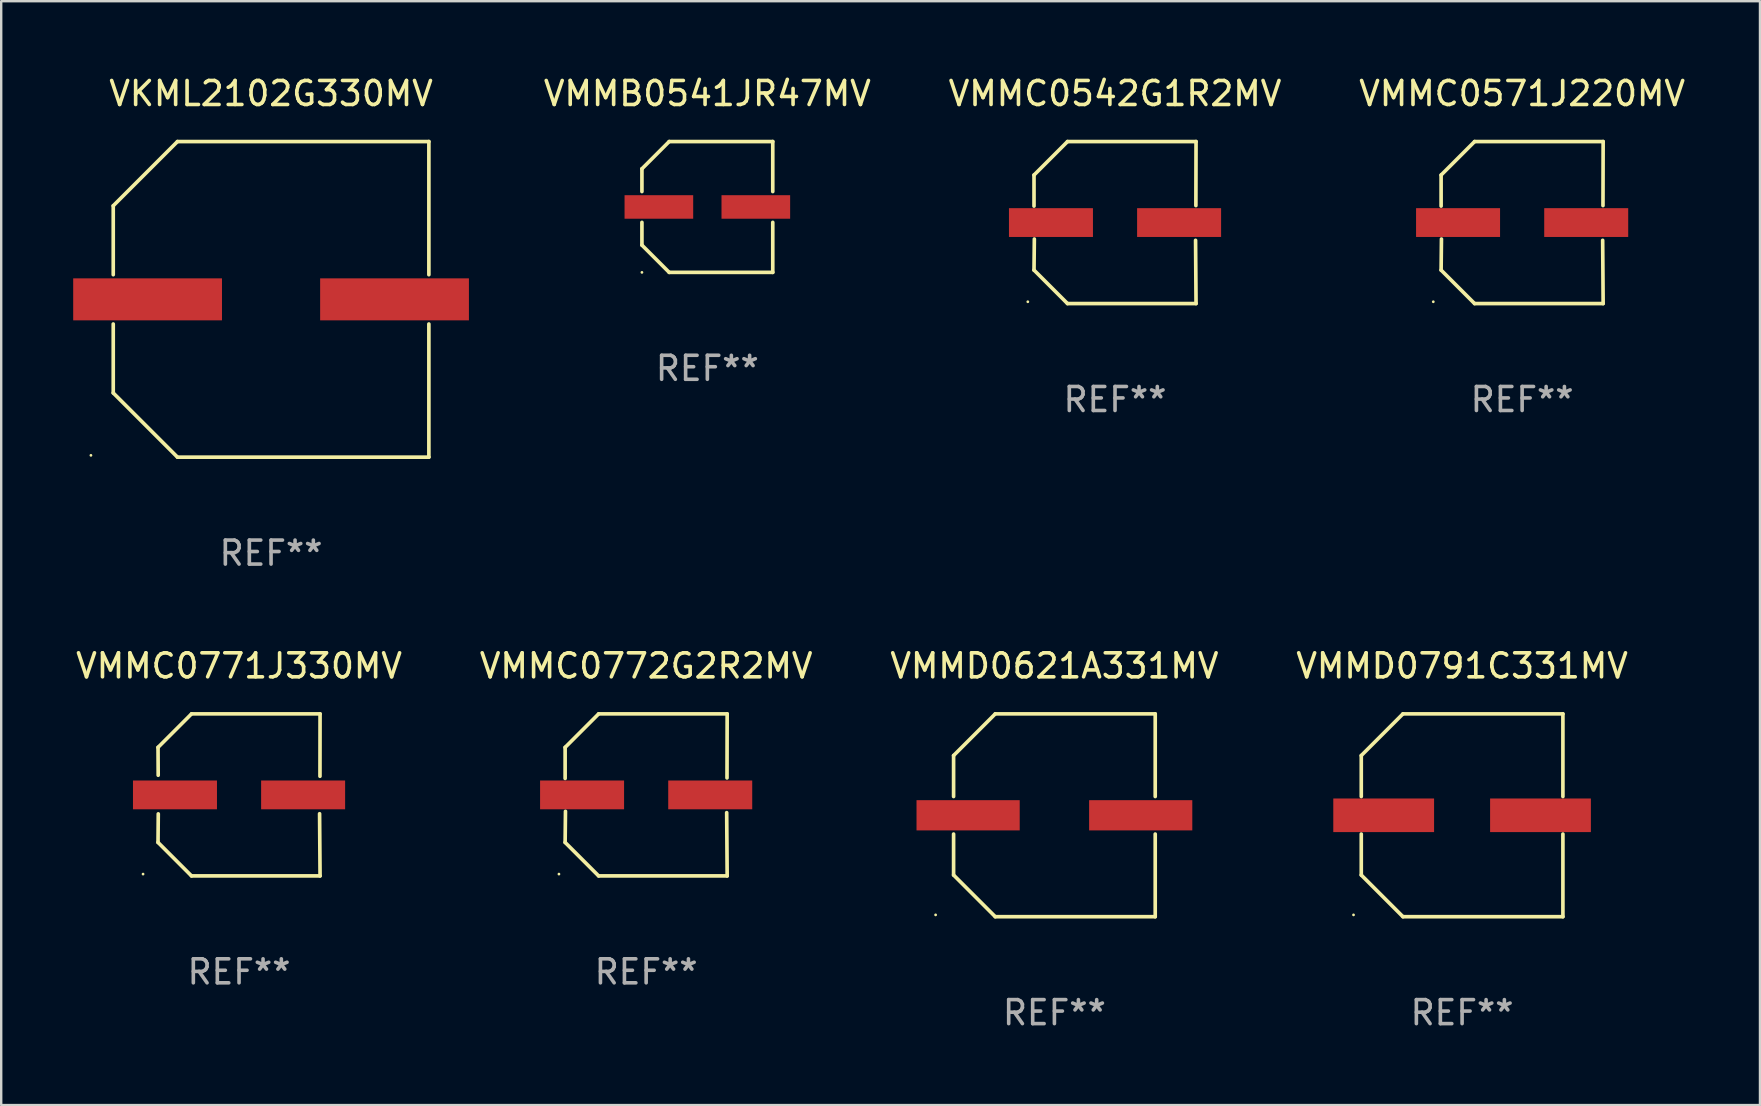
<source format=kicad_pcb>
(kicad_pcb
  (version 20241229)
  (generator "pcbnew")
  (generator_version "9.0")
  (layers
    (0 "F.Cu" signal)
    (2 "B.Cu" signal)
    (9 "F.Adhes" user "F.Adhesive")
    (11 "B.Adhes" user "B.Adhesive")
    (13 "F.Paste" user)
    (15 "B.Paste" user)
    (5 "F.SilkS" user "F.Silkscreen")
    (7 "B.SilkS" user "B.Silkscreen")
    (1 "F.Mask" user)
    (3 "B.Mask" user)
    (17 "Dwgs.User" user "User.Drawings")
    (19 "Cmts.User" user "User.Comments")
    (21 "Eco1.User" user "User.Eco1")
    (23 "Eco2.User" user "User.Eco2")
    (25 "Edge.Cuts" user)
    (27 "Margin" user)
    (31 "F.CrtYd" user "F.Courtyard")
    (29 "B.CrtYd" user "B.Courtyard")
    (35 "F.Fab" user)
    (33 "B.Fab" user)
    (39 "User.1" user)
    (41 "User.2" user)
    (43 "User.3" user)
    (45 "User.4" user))
  (footprint "VKML2102G330MV"
    (layer "F.Cu")
    (at 8.245 9.424)
    (property "Reference" "VKML2102G330MV" (at 0 -8.576 0) (layer "F.SilkS") (effects (font (size 1 1) (thickness 0.15))))
    (attr through_hole)
    (fp_line (start -6.576 -3.9) (end -6.576 -1.027) (stroke (width 0.152) (type solid)) (layer "F.SilkS"))
    (fp_line (start -6.576 3.9) (end -6.576 1.027) (stroke (width 0.152) (type solid)) (layer "F.SilkS"))
    (fp_line (start -3.9 -6.576) (end -6.576 -3.9) (stroke (width 0.152) (type solid)) (layer "F.SilkS"))
    (fp_line (start -3.9 6.576) (end -6.576 3.9) (stroke (width 0.152) (type solid)) (layer "F.SilkS"))
    (fp_line (start 6.576 -6.576) (end -3.9 -6.576) (stroke (width 0.152) (type solid)) (layer "F.SilkS"))
    (fp_line (start 6.576 -1.027) (end 6.576 -6.576) (stroke (width 0.152) (type solid)) (layer "F.SilkS"))
    (fp_line (start 6.576 1.027) (end 6.576 6.576) (stroke (width 0.152) (type solid)) (layer "F.SilkS"))
    (fp_line (start 6.576 6.576) (end -3.9 6.576) (stroke (width 0.152) (type solid)) (layer "F.SilkS"))
    (fp_circle (center -7.506 6.5) (end -7.476 6.5) (stroke (width 0.06) (type solid)) (fill no) (layer "F.SilkS"))
    (fp_text user "REF**" (at 0 10.576 0) (layer "F.Fab") (effects (font (size 1 1) (thickness 0.15))))
    (pad "1" smd rect (at -5.145 0) (size 6.2 1.75) (layers "F.Cu" "F.Mask" "F.Paste"))
    (pad "2" smd rect (at 5.145 0) (size 6.2 1.75) (layers "F.Cu" "F.Mask" "F.Paste")))
  (footprint "VMMD0791C331MV"
    (layer "F.Cu")
    (at 57.875 30.923)
    (property "Reference" "VMMD0791C331MV" (at 0 -6.226 0) (layer "F.SilkS") (effects (font (size 1 1) (thickness 0.15))))
    (attr through_hole)
    (fp_line (start -4.201 -2.49) (end -4.201 -0.782) (stroke (width 0.152) (type solid)) (layer "F.SilkS"))
    (fp_line (start -4.201 2.49) (end -4.201 0.782) (stroke (width 0.152) (type solid)) (layer "F.SilkS"))
    (fp_line (start -2.465 -4.226) (end -4.201 -2.49) (stroke (width 0.152) (type solid)) (layer "F.SilkS"))
    (fp_line (start -2.465 4.226) (end -4.201 2.49) (stroke (width 0.152) (type solid)) (layer "F.SilkS"))
    (fp_line (start 4.201 -4.226) (end -2.465 -4.226) (stroke (width 0.152) (type solid)) (layer "F.SilkS"))
    (fp_line (start 4.201 -0.782) (end 4.201 -4.226) (stroke (width 0.152) (type solid)) (layer "F.SilkS"))
    (fp_line (start 4.201 0.782) (end 4.201 4.226) (stroke (width 0.152) (type solid)) (layer "F.SilkS"))
    (fp_line (start 4.201 4.226) (end -2.465 4.226) (stroke (width 0.152) (type solid)) (layer "F.SilkS"))
    (fp_circle (center -4.524 4.15) (end -4.494 4.15) (stroke (width 0.06) (type solid)) (fill no) (layer "F.SilkS"))
    (fp_text user "REF**" (at 0 8.226 0) (layer "F.Fab") (effects (font (size 1 1) (thickness 0.15))))
    (pad "1" smd rect (at -3.267 0) (size 4.2 1.4) (layers "F.Cu" "F.Mask" "F.Paste"))
    (pad "2" smd rect (at 3.267 0) (size 4.2 1.4) (layers "F.Cu" "F.Mask" "F.Paste")))
  (footprint "VMMD0621A331MV"
    (layer "F.Cu")
    (at 40.887 30.923)
    (property "Reference" "VMMD0621A331MV" (at 0 -6.226 0) (layer "F.SilkS") (effects (font (size 1 1) (thickness 0.15))))
    (attr through_hole)
    (fp_line (start -4.201 -2.49) (end -4.201 -0.782) (stroke (width 0.152) (type solid)) (layer "F.SilkS"))
    (fp_line (start -4.201 2.49) (end -4.201 0.782) (stroke (width 0.152) (type solid)) (layer "F.SilkS"))
    (fp_line (start -2.465 -4.226) (end -4.201 -2.49) (stroke (width 0.152) (type solid)) (layer "F.SilkS"))
    (fp_line (start -2.465 4.226) (end -4.201 2.49) (stroke (width 0.152) (type solid)) (layer "F.SilkS"))
    (fp_line (start 4.201 -4.226) (end -2.465 -4.226) (stroke (width 0.152) (type solid)) (layer "F.SilkS"))
    (fp_line (start 4.201 -0.782) (end 4.201 -4.226) (stroke (width 0.152) (type solid)) (layer "F.SilkS"))
    (fp_line (start 4.201 0.782) (end 4.201 4.226) (stroke (width 0.152) (type solid)) (layer "F.SilkS"))
    (fp_line (start 4.201 4.226) (end -2.465 4.226) (stroke (width 0.152) (type solid)) (layer "F.SilkS"))
    (fp_circle (center -4.95 4.15) (end -4.92 4.15) (stroke (width 0.06) (type solid)) (fill no) (layer "F.SilkS"))
    (fp_text user "REF**" (at 0 8.226 0) (layer "F.Fab") (effects (font (size 1 1) (thickness 0.15))))
    (pad "1" smd rect (at -3.596 0.000025) (size 4.3 1.26) (layers "F.Cu" "F.Mask" "F.Paste"))
    (pad "2" smd rect (at 3.596 0.000025) (size 4.3 1.26) (layers "F.Cu" "F.Mask" "F.Paste")))
  (footprint "VMMC0771J330MV"
    (layer "F.Cu")
    (at 6.911 30.073)
    (property "Reference" "VMMC0771J330MV" (at 0 -5.376 0) (layer "F.SilkS") (effects (font (size 1 1) (thickness 0.15))))
    (attr through_hole)
    (fp_line (start -3.376 -1.98) (end -3.369 -0.819) (stroke (width 0.152) (type solid)) (layer "F.SilkS"))
    (fp_line (start -3.376 1.981) (end -3.366 0.791) (stroke (width 0.152) (type solid)) (layer "F.SilkS"))
    (fp_line (start -1.981 3.376) (end -3.376 1.981) (stroke (width 0.152) (type solid)) (layer "F.SilkS"))
    (fp_line (start -1.98 -3.376) (end -3.376 -1.98) (stroke (width 0.152) (type solid)) (layer "F.SilkS"))
    (fp_line (start 3.356 0.785) (end 3.376 3.376) (stroke (width 0.152) (type solid)) (layer "F.SilkS"))
    (fp_line (start 3.372 -0.776) (end 3.376 -3.376) (stroke (width 0.152) (type solid)) (layer "F.SilkS"))
    (fp_line (start 3.376 3.376) (end -1.981 3.376) (stroke (width 0.152) (type solid)) (layer "F.SilkS"))
    (fp_line (start 3.376 -3.376) (end -1.98 -3.376) (stroke (width 0.152) (type solid)) (layer "F.SilkS"))
    (fp_circle (center -4 3.3) (end -3.97 3.3) (stroke (width 0.06) (type solid)) (fill no) (layer "F.SilkS"))
    (fp_text user "REF**" (at 0 7.376 0) (layer "F.Fab") (effects (font (size 1 1) (thickness 0.15))))
    (pad "1" smd rect (at -2.67 0.000203) (size 3.5 1.2) (layers "F.Cu" "F.Mask" "F.Paste"))
    (pad "2" smd rect (at 2.67 0.000203) (size 3.5 1.2) (layers "F.Cu" "F.Mask" "F.Paste")))
  (footprint "VMMB0541JR47MV"
    (layer "F.Cu")
    (at 26.425 5.574)
    (property "Reference" "VMMB0541JR47MV" (at 0 -4.726 0) (layer "F.SilkS") (effects (font (size 1 1) (thickness 0.15))))
    (attr through_hole)
    (fp_line (start -2.726 -1.59) (end -1.59 -2.726) (stroke (width 0.152) (type solid)) (layer "F.SilkS"))
    (fp_line (start -2.726 -0.642) (end -2.726 -1.59) (stroke (width 0.152) (type solid)) (layer "F.SilkS"))
    (fp_line (start -2.726 0.642) (end -2.726 1.59) (stroke (width 0.152) (type solid)) (layer "F.SilkS"))
    (fp_line (start -2.726 1.59) (end -1.59 2.726) (stroke (width 0.152) (type solid)) (layer "F.SilkS"))
    (fp_line (start -1.59 -2.726) (end 2.726 -2.726) (stroke (width 0.152) (type solid)) (layer "F.SilkS"))
    (fp_line (start -1.59 2.726) (end 2.726 2.726) (stroke (width 0.152) (type solid)) (layer "F.SilkS"))
    (fp_line (start 2.726 -2.726) (end 2.726 -0.642) (stroke (width 0.152) (type solid)) (layer "F.SilkS"))
    (fp_line (start 2.726 2.726) (end 2.726 0.642) (stroke (width 0.152) (type solid)) (layer "F.SilkS"))
    (fp_circle (center -2.726 2.726) (end -2.696 2.726) (stroke (width 0.06) (type solid)) (fill no) (layer "F.SilkS"))
    (fp_text user "REF**" (at 0 6.726 0) (layer "F.Fab") (effects (font (size 1 1) (thickness 0.15))))
    (pad "1" smd rect (at -2.02 -0.000013) (size 2.86 0.98) (layers "F.Cu" "F.Mask" "F.Paste"))
    (pad "2" smd rect (at 2.02 -0.000013) (size 2.86 0.98) (layers "F.Cu" "F.Mask" "F.Paste")))
  (footprint "VMMC0571J220MV"
    (layer "F.Cu")
    (at 60.377 6.224)
    (property "Reference" "VMMC0571J220MV" (at 0 -5.376 0) (layer "F.SilkS") (effects (font (size 1 1) (thickness 0.15))))
    (attr through_hole)
    (fp_line (start -3.376 -1.98) (end -3.376 -0.686) (stroke (width 0.152) (type solid)) (layer "F.SilkS"))
    (fp_line (start -3.376 1.981) (end -3.362 0.686) (stroke (width 0.152) (type solid)) (layer "F.SilkS"))
    (fp_line (start -1.981 3.376) (end -3.376 1.981) (stroke (width 0.152) (type solid)) (layer "F.SilkS"))
    (fp_line (start -1.98 -3.376) (end -3.376 -1.98) (stroke (width 0.152) (type solid)) (layer "F.SilkS"))
    (fp_line (start 3.356 0.74) (end 3.376 3.376) (stroke (width 0.152) (type solid)) (layer "F.SilkS"))
    (fp_line (start 3.369 -0.707) (end 3.376 -3.376) (stroke (width 0.152) (type solid)) (layer "F.SilkS"))
    (fp_line (start 3.376 3.376) (end -1.981 3.376) (stroke (width 0.152) (type solid)) (layer "F.SilkS"))
    (fp_line (start 3.376 -3.376) (end -1.98 -3.376) (stroke (width 0.152) (type solid)) (layer "F.SilkS"))
    (fp_circle (center -3.702 3.3) (end -3.672 3.3) (stroke (width 0.06) (type solid)) (fill no) (layer "F.SilkS"))
    (fp_text user "REF**" (at 0 7.376 0) (layer "F.Fab") (effects (font (size 1 1) (thickness 0.15))))
    (pad "1" smd rect (at -2.67 0.000203) (size 3.5 1.2) (layers "F.Cu" "F.Mask" "F.Paste"))
    (pad "2" smd rect (at 2.67 0.000203) (size 3.5 1.2) (layers "F.Cu" "F.Mask" "F.Paste")))
  (footprint "VMMC0772G2R2MV"
    (layer "F.Cu")
    (at 23.875 30.073)
    (property "Reference" "VMMC0772G2R2MV" (at 0 -5.376 0) (layer "F.SilkS") (effects (font (size 1 1) (thickness 0.15))))
    (attr through_hole)
    (fp_line (start -3.376 -1.98) (end -3.376 -0.686) (stroke (width 0.152) (type solid)) (layer "F.SilkS"))
    (fp_line (start -3.376 1.981) (end -3.362 0.686) (stroke (width 0.152) (type solid)) (layer "F.SilkS"))
    (fp_line (start -1.981 3.376) (end -3.376 1.981) (stroke (width 0.152) (type solid)) (layer "F.SilkS"))
    (fp_line (start -1.98 -3.376) (end -3.376 -1.98) (stroke (width 0.152) (type solid)) (layer "F.SilkS"))
    (fp_line (start 3.356 0.74) (end 3.376 3.376) (stroke (width 0.152) (type solid)) (layer "F.SilkS"))
    (fp_line (start 3.369 -0.707) (end 3.376 -3.376) (stroke (width 0.152) (type solid)) (layer "F.SilkS"))
    (fp_line (start 3.376 3.376) (end -1.981 3.376) (stroke (width 0.152) (type solid)) (layer "F.SilkS"))
    (fp_line (start 3.376 -3.376) (end -1.98 -3.376) (stroke (width 0.152) (type solid)) (layer "F.SilkS"))
    (fp_circle (center -3.634 3.3) (end -3.604 3.3) (stroke (width 0.06) (type solid)) (fill no) (layer "F.SilkS"))
    (fp_text user "REF**" (at 0 7.376 0) (layer "F.Fab") (effects (font (size 1 1) (thickness 0.15))))
    (pad "1" smd rect (at -2.67 0.000254) (size 3.5 1.2) (layers "F.Cu" "F.Mask" "F.Paste"))
    (pad "2" smd rect (at 2.67 0.000254) (size 3.5 1.2) (layers "F.Cu" "F.Mask" "F.Paste")))
  (footprint "VMMC0542G1R2MV"
    (layer "F.Cu")
    (at 43.413 6.224)
    (property "Reference" "VMMC0542G1R2MV" (at 0 -5.376 0) (layer "F.SilkS") (effects (font (size 1 1) (thickness 0.15))))
    (attr through_hole)
    (fp_line (start -3.376 -1.98) (end -3.376 -0.686) (stroke (width 0.152) (type solid)) (layer "F.SilkS"))
    (fp_line (start -3.376 1.981) (end -3.362 0.686) (stroke (width 0.152) (type solid)) (layer "F.SilkS"))
    (fp_line (start -1.981 3.376) (end -3.376 1.981) (stroke (width 0.152) (type solid)) (layer "F.SilkS"))
    (fp_line (start -1.98 -3.376) (end -3.376 -1.98) (stroke (width 0.152) (type solid)) (layer "F.SilkS"))
    (fp_line (start 3.356 0.74) (end 3.376 3.376) (stroke (width 0.152) (type solid)) (layer "F.SilkS"))
    (fp_line (start 3.369 -0.707) (end 3.376 -3.376) (stroke (width 0.152) (type solid)) (layer "F.SilkS"))
    (fp_line (start 3.376 3.376) (end -1.981 3.376) (stroke (width 0.152) (type solid)) (layer "F.SilkS"))
    (fp_line (start 3.376 -3.376) (end -1.98 -3.376) (stroke (width 0.152) (type solid)) (layer "F.SilkS"))
    (fp_circle (center -3.634 3.3) (end -3.604 3.3) (stroke (width 0.06) (type solid)) (fill no) (layer "F.SilkS"))
    (fp_text user "REF**" (at 0 7.376 0) (layer "F.Fab") (effects (font (size 1 1) (thickness 0.15))))
    (pad "1" smd rect (at -2.67 0.000254) (size 3.5 1.2) (layers "F.Cu" "F.Mask" "F.Paste"))
    (pad "2" smd rect (at 2.67 0.000254) (size 3.5 1.2) (layers "F.Cu" "F.Mask" "F.Paste")))
  (gr_rect
    (start -3 -3)
    (end 70.288 42.998)
    (stroke (width 0.1) (type default))
    (fill no)
    (layer "Edge.Cuts")))
</source>
